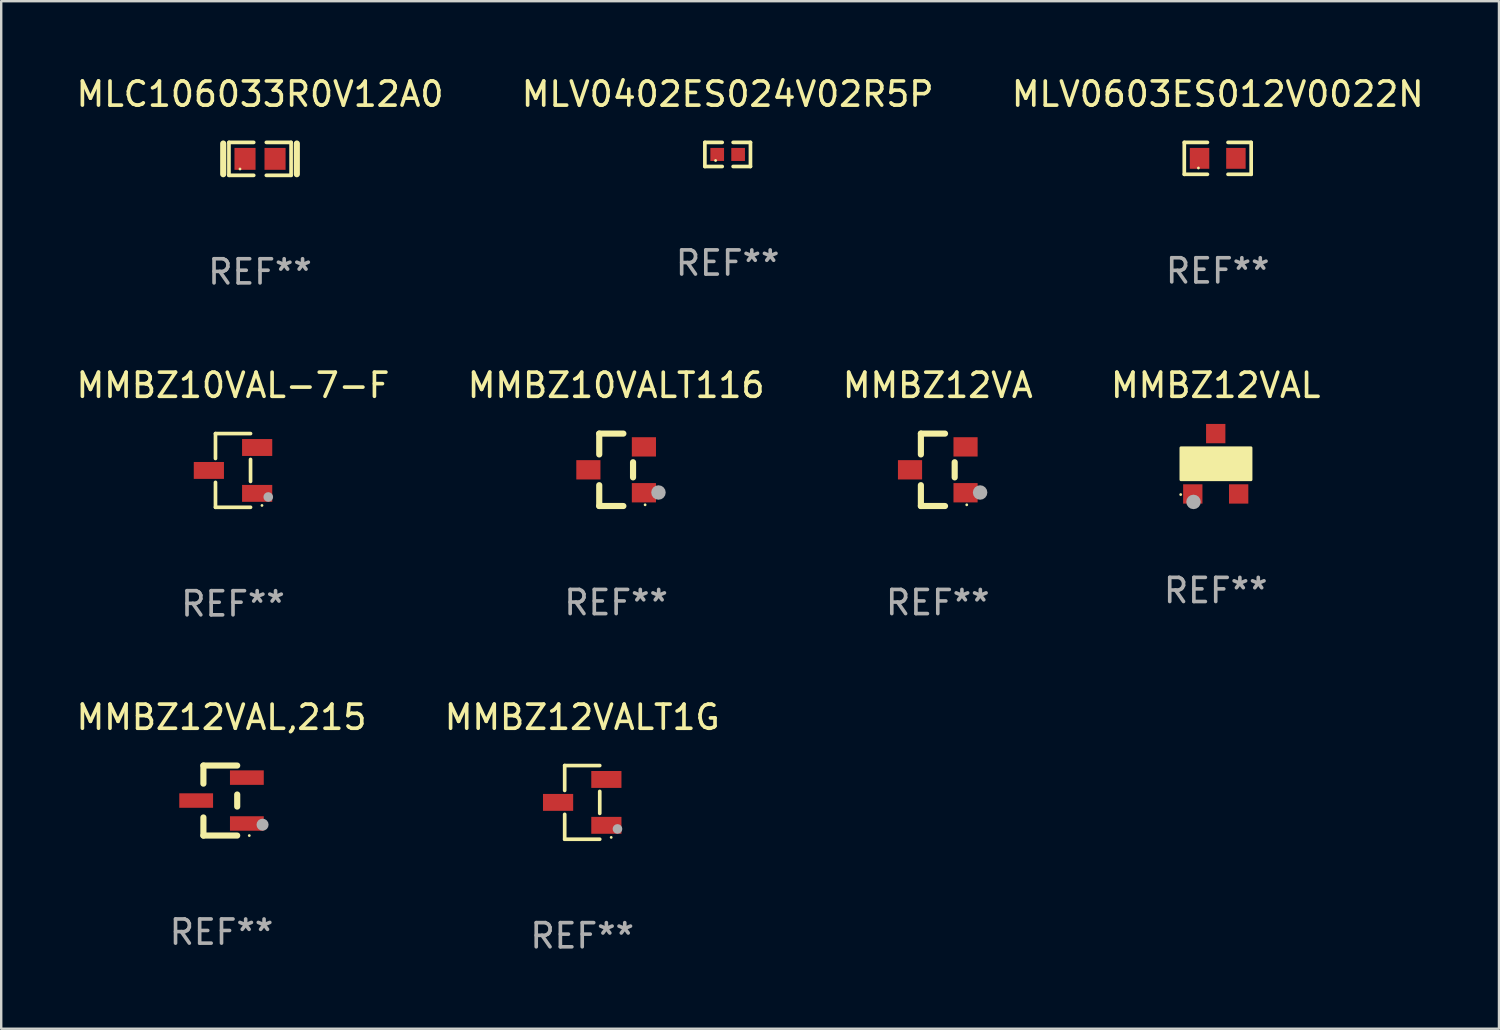
<source format=kicad_pcb>
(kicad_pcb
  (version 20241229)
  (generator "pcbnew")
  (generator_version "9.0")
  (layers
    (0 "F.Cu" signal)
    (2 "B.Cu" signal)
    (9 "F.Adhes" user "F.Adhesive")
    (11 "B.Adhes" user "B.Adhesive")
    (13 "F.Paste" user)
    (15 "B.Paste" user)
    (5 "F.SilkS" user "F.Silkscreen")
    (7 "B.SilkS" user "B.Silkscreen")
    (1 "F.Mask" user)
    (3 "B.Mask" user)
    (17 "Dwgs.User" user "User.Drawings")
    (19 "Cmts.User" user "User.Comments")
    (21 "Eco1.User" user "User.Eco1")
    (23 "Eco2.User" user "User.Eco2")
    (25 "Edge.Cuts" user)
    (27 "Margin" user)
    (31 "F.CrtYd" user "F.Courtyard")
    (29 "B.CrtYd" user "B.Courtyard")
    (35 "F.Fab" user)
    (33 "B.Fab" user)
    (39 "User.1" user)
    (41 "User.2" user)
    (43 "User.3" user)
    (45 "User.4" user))
  (footprint "MLV0402ES024V02R5P"
    (layer "F.Cu")
    (at 27.089 3.347)
    (property "Reference" "MLV0402ES024V02R5P" (at 0 -2.499 0) (layer "F.SilkS") (effects (font (size 1 1) (thickness 0.15))))
    (attr through_hole)
    (fp_line (start -0.944 -0.499) (end -0.226 -0.499) (stroke (width 0.152) (type solid)) (layer "F.SilkS"))
    (fp_line (start -0.944 0.499) (end -0.944 -0.499) (stroke (width 0.152) (type solid)) (layer "F.SilkS"))
    (fp_line (start -0.226 0.499) (end -0.944 0.499) (stroke (width 0.152) (type solid)) (layer "F.SilkS"))
    (fp_line (start 0.226 0.499) (end 0.944 0.499) (stroke (width 0.152) (type solid)) (layer "F.SilkS"))
    (fp_line (start 0.944 -0.499) (end 0.226 -0.499) (stroke (width 0.152) (type solid)) (layer "F.SilkS"))
    (fp_line (start 0.944 0.499) (end 0.944 -0.499) (stroke (width 0.152) (type solid)) (layer "F.SilkS"))
    (fp_circle (center -0.5 0.25) (end -0.47 0.25) (stroke (width 0.06) (type solid)) (fill no) (layer "F.SilkS"))
    (fp_text user "REF**" (at 0 4.499 0) (layer "F.Fab") (effects (font (size 1 1) (thickness 0.15))))
    (pad "1" smd rect (at -0.433 0) (size 0.566 0.54) (layers "F.Cu" "F.Mask" "F.Paste"))
    (pad "2" smd rect (at 0.433 0) (size 0.566 0.54) (layers "F.Cu" "F.Mask" "F.Paste")))
  (footprint "MLC106033R0V12A0"
    (layer "F.Cu")
    (at 7.72 3.53)
    (property "Reference" "MLC106033R0V12A0" (at 0 -2.682 0) (layer "F.SilkS") (effects (font (size 1 1) (thickness 0.15))))
    (attr through_hole)
    (fp_line (start -1.524 -0.635) (end -1.524 0.635) (stroke (width 0.254) (type solid)) (layer "F.SilkS"))
    (fp_line (start -1.287 -0.682) (end -0.261 -0.682) (stroke (width 0.152) (type solid)) (layer "F.SilkS"))
    (fp_line (start -1.287 0.682) (end -1.287 -0.682) (stroke (width 0.152) (type solid)) (layer "F.SilkS"))
    (fp_line (start -0.261 0.682) (end -1.287 0.682) (stroke (width 0.152) (type solid)) (layer "F.SilkS"))
    (fp_line (start 0.261 0.682) (end 1.287 0.682) (stroke (width 0.152) (type solid)) (layer "F.SilkS"))
    (fp_line (start 1.287 -0.682) (end 0.261 -0.682) (stroke (width 0.152) (type solid)) (layer "F.SilkS"))
    (fp_line (start 1.287 0.682) (end 1.287 -0.682) (stroke (width 0.152) (type solid)) (layer "F.SilkS"))
    (fp_line (start 1.524 -0.635) (end 1.524 0.635) (stroke (width 0.254) (type solid)) (layer "F.SilkS"))
    (fp_circle (center -0.83 0.42) (end -0.8 0.42) (stroke (width 0.06) (type solid)) (fill no) (layer "F.SilkS"))
    (fp_text user "REF**" (at 0 4.682 0) (layer "F.Fab") (effects (font (size 1 1) (thickness 0.15))))
    (pad "1" smd rect (at -0.622 0) (size 0.873 0.907) (layers "F.Cu" "F.Mask" "F.Paste"))
    (pad "2" smd rect (at 0.622 0) (size 0.873 0.907) (layers "F.Cu" "F.Mask" "F.Paste")))
  (footprint "MLV0603ES012V0022N"
    (layer "F.Cu")
    (at 47.387 3.509)
    (property "Reference" "MLV0603ES012V0022N" (at 0 -2.661 0) (layer "F.SilkS") (effects (font (size 1 1) (thickness 0.15))))
    (attr through_hole)
    (fp_line (start -1.385 -0.661) (end -0.426 -0.661) (stroke (width 0.152) (type solid)) (layer "F.SilkS"))
    (fp_line (start -1.385 0.661) (end -1.385 -0.661) (stroke (width 0.152) (type solid)) (layer "F.SilkS"))
    (fp_line (start -0.426 0.661) (end -1.385 0.661) (stroke (width 0.152) (type solid)) (layer "F.SilkS"))
    (fp_line (start 0.426 0.661) (end 1.385 0.661) (stroke (width 0.152) (type solid)) (layer "F.SilkS"))
    (fp_line (start 1.385 -0.661) (end 0.426 -0.661) (stroke (width 0.152) (type solid)) (layer "F.SilkS"))
    (fp_line (start 1.385 0.661) (end 1.385 -0.661) (stroke (width 0.152) (type solid)) (layer "F.SilkS"))
    (fp_circle (center -0.8 0.4) (end -0.77 0.4) (stroke (width 0.06) (type solid)) (fill no) (layer "F.SilkS"))
    (fp_text user "REF**" (at 0 4.661 0) (layer "F.Fab") (effects (font (size 1 1) (thickness 0.15))))
    (pad "1" smd rect (at -0.753 0) (size 0.806 0.864) (layers "F.Cu" "F.Mask" "F.Paste"))
    (pad "2" smd rect (at 0.753 0) (size 0.806 0.864) (layers "F.Cu" "F.Mask" "F.Paste")))
  (footprint "MMBZ12VAL,215"
    (layer "F.Cu")
    (at 6.125 30.108)
    (property "Reference" "MMBZ12VAL,215" (at 0 -3.45 0) (layer "F.SilkS") (effects (font (size 1 1) (thickness 0.15))))
    (attr through_hole)
    (fp_line (start -0.75 -1.45) (end 0.65 -1.45) (stroke (width 0.254) (type solid)) (layer "F.SilkS"))
    (fp_line (start -0.75 -0.7) (end -0.75 -1.45) (stroke (width 0.254) (type solid)) (layer "F.SilkS"))
    (fp_line (start -0.75 1.45) (end -0.75 0.7) (stroke (width 0.254) (type solid)) (layer "F.SilkS"))
    (fp_line (start -0.75 1.45) (end 0.65 1.45) (stroke (width 0.254) (type solid)) (layer "F.SilkS"))
    (fp_line (start 0.65 0.25) (end 0.65 -0.25) (stroke (width 0.254) (type solid)) (layer "F.SilkS"))
    (fp_circle (center 1.15 1.45) (end 1.18 1.45) (stroke (width 0.06) (type solid)) (fill no) (layer "F.SilkS"))
    (fp_circle (center 1.7 1) (end 1.825 1) (stroke (width 0.25) (type solid)) (fill no) (layer "F.Fab"))
    (fp_text user "REF**" (at 0 5.45 0) (layer "F.Fab") (effects (font (size 1 1) (thickness 0.15))))
    (pad "1" smd rect (at 1.05 0.95) (size 1.4 0.6) (layers "F.Cu" "F.Mask" "F.Paste"))
    (pad "2" smd rect (at 1.05 -0.95) (size 1.4 0.6) (layers "F.Cu" "F.Mask" "F.Paste"))
    (pad "3" smd rect (at -1.05 0) (size 1.4 0.6) (layers "F.Cu" "F.Mask" "F.Paste")))
  (footprint "MMBZ10VALT116"
    (layer "F.Cu")
    (at 22.47 16.409)
    (property "Reference" "MMBZ10VALT116" (at 0 -3.5 0) (layer "F.SilkS") (effects (font (size 1 1) (thickness 0.15))))
    (attr through_hole)
    (fp_line (start -0.7 -1.5) (end 0.3 -1.5) (stroke (width 0.254) (type solid)) (layer "F.SilkS"))
    (fp_line (start -0.7 -0.636) (end -0.7 -1.5) (stroke (width 0.254) (type solid)) (layer "F.SilkS"))
    (fp_line (start -0.7 1.5) (end -0.7 0.636) (stroke (width 0.254) (type solid)) (layer "F.SilkS"))
    (fp_line (start -0.7 1.5) (end 0.3 1.5) (stroke (width 0.254) (type solid)) (layer "F.SilkS"))
    (fp_line (start 0.7 0.314) (end 0.7 -0.314) (stroke (width 0.254) (type solid)) (layer "F.SilkS"))
    (fp_circle (center 1.2 1.45) (end 1.23 1.45) (stroke (width 0.06) (type solid)) (fill no) (layer "F.SilkS"))
    (fp_circle (center 1.753 0.94) (end 1.903 0.94) (stroke (width 0.3) (type solid)) (fill no) (layer "F.Fab"))
    (fp_text user "REF**" (at 0 5.5 0) (layer "F.Fab") (effects (font (size 1 1) (thickness 0.15))))
    (pad "1" smd rect (at 1.15 0.95 180) (size 1 0.8) (layers "F.Cu" "F.Mask" "F.Paste"))
    (pad "2" smd rect (at 1.15 -0.95 180) (size 1 0.8) (layers "F.Cu" "F.Mask" "F.Paste"))
    (pad "3" smd rect (at -1.15 -0.000051 180) (size 1 0.8) (layers "F.Cu" "F.Mask" "F.Paste")))
  (footprint "MMBZ12VALT1G"
    (layer "F.Cu")
    (at 21.065 30.184)
    (property "Reference" "MMBZ12VALT1G" (at 0 -3.526 0) (layer "F.SilkS") (effects (font (size 1 1) (thickness 0.15))))
    (attr through_hole)
    (fp_line (start -0.726 -1.526) (end -0.726 -0.495) (stroke (width 0.152) (type solid)) (layer "F.SilkS"))
    (fp_line (start -0.726 1.526) (end -0.726 0.495) (stroke (width 0.152) (type solid)) (layer "F.SilkS"))
    (fp_line (start 0.726 -1.526) (end -0.726 -1.526) (stroke (width 0.152) (type solid)) (layer "F.SilkS"))
    (fp_line (start 0.726 -0.455) (end 0.726 0.455) (stroke (width 0.152) (type solid)) (layer "F.SilkS"))
    (fp_line (start 0.726 1.526) (end -0.726 1.526) (stroke (width 0.152) (type solid)) (layer "F.SilkS"))
    (fp_circle (center 1.2 1.45) (end 1.23 1.45) (stroke (width 0.06) (type solid)) (fill no) (layer "F.SilkS"))
    (fp_circle (center 1.46 1.1) (end 1.56 1.1) (stroke (width 0.2) (type solid)) (fill no) (layer "F.Fab"))
    (fp_text user "REF**" (at 0 5.526 0) (layer "F.Fab") (effects (font (size 1 1) (thickness 0.15))))
    (pad "1" smd rect (at 1 0.95) (size 1.25 0.7) (layers "F.Cu" "F.Mask" "F.Paste"))
    (pad "2" smd rect (at 1 -0.95) (size 1.25 0.7) (layers "F.Cu" "F.Mask" "F.Paste"))
    (pad "3" smd rect (at -1 0) (size 1.25 0.7) (layers "F.Cu" "F.Mask" "F.Paste")))
  (footprint "MMBZ10VAL-7-F"
    (layer "F.Cu")
    (at 6.601 16.435)
    (property "Reference" "MMBZ10VAL-7-F" (at 0 -3.526 0) (layer "F.SilkS") (effects (font (size 1 1) (thickness 0.15))))
    (attr through_hole)
    (fp_line (start -0.726 -1.526) (end -0.726 -0.495) (stroke (width 0.152) (type solid)) (layer "F.SilkS"))
    (fp_line (start -0.726 1.526) (end -0.726 0.495) (stroke (width 0.152) (type solid)) (layer "F.SilkS"))
    (fp_line (start 0.726 -1.526) (end -0.726 -1.526) (stroke (width 0.152) (type solid)) (layer "F.SilkS"))
    (fp_line (start 0.726 -0.455) (end 0.726 0.455) (stroke (width 0.152) (type solid)) (layer "F.SilkS"))
    (fp_line (start 0.726 1.526) (end -0.726 1.526) (stroke (width 0.152) (type solid)) (layer "F.SilkS"))
    (fp_circle (center 1.2 1.45) (end 1.23 1.45) (stroke (width 0.06) (type solid)) (fill no) (layer "F.SilkS"))
    (fp_circle (center 1.46 1.1) (end 1.56 1.1) (stroke (width 0.2) (type solid)) (fill no) (layer "F.Fab"))
    (fp_text user "REF**" (at 0 5.526 0) (layer "F.Fab") (effects (font (size 1 1) (thickness 0.15))))
    (pad "1" smd rect (at 1 0.95) (size 1.25 0.7) (layers "F.Cu" "F.Mask" "F.Paste"))
    (pad "2" smd rect (at 1 -0.95) (size 1.25 0.7) (layers "F.Cu" "F.Mask" "F.Paste"))
    (pad "3" smd rect (at -1 0) (size 1.25 0.7) (layers "F.Cu" "F.Mask" "F.Paste")))
  (footprint "MMBZ12VAL"
    (layer "F.Cu")
    (at 47.304 16.159)
    (property "Reference" "MMBZ12VAL" (at 0 -3.25 0) (layer "F.SilkS") (effects (font (size 1 1) (thickness 0.15))))
    (attr through_hole)
    (fp_circle (center -1.45 1.275) (end -1.42 1.275) (stroke (width 0.06) (type solid)) (fill no) (layer "F.SilkS"))
    (fp_poly (pts (xy -1.44 -0.66) (xy 1.46 -0.66) (xy 1.46 0.66) (xy -1.44 0.66)) (stroke (width 0.12) (type solid)) (fill yes) (layer "F.SilkS"))
    (fp_circle (center -0.92 1.58) (end -0.77 1.58) (stroke (width 0.3) (type solid)) (fill no) (layer "F.Fab"))
    (fp_text user "REF**" (at 0 5.25 0) (layer "F.Fab") (effects (font (size 1 1) (thickness 0.15))))
    (pad "1" smd rect (at -0.95 1.25) (size 0.8 0.8) (layers "F.Cu" "F.Mask" "F.Paste"))
    (pad "2" smd rect (at 0.95 1.25) (size 0.8 0.8) (layers "F.Cu" "F.Mask" "F.Paste"))
    (pad "3" smd rect (at 0 -1.25) (size 0.8 0.8) (layers "F.Cu" "F.Mask" "F.Paste")))
  (footprint "MMBZ12VA"
    (layer "F.Cu")
    (at 35.792 16.409)
    (property "Reference" "MMBZ12VA" (at 0 -3.5 0) (layer "F.SilkS") (effects (font (size 1 1) (thickness 0.15))))
    (attr through_hole)
    (fp_line (start -0.7 -1.5) (end 0.3 -1.5) (stroke (width 0.254) (type solid)) (layer "F.SilkS"))
    (fp_line (start -0.7 -0.636) (end -0.7 -1.5) (stroke (width 0.254) (type solid)) (layer "F.SilkS"))
    (fp_line (start -0.7 1.5) (end -0.7 0.636) (stroke (width 0.254) (type solid)) (layer "F.SilkS"))
    (fp_line (start -0.7 1.5) (end 0.3 1.5) (stroke (width 0.254) (type solid)) (layer "F.SilkS"))
    (fp_line (start 0.7 0.314) (end 0.7 -0.314) (stroke (width 0.254) (type solid)) (layer "F.SilkS"))
    (fp_circle (center 1.2 1.45) (end 1.23 1.45) (stroke (width 0.06) (type solid)) (fill no) (layer "F.SilkS"))
    (fp_circle (center 1.753 0.94) (end 1.903 0.94) (stroke (width 0.3) (type solid)) (fill no) (layer "F.Fab"))
    (fp_text user "REF**" (at 0 5.5 0) (layer "F.Fab") (effects (font (size 1 1) (thickness 0.15))))
    (pad "1" smd rect (at 1.15 0.95 180) (size 1 0.8) (layers "F.Cu" "F.Mask" "F.Paste"))
    (pad "2" smd rect (at 1.15 -0.95 180) (size 1 0.8) (layers "F.Cu" "F.Mask" "F.Paste"))
    (pad "3" smd rect (at -1.15 -0.000051 180) (size 1 0.8) (layers "F.Cu" "F.Mask" "F.Paste")))
  (gr_rect
    (start -3 -3)
    (end 59.036 39.559)
    (stroke (width 0.1) (type default))
    (fill no)
    (layer "Edge.Cuts")))
</source>
